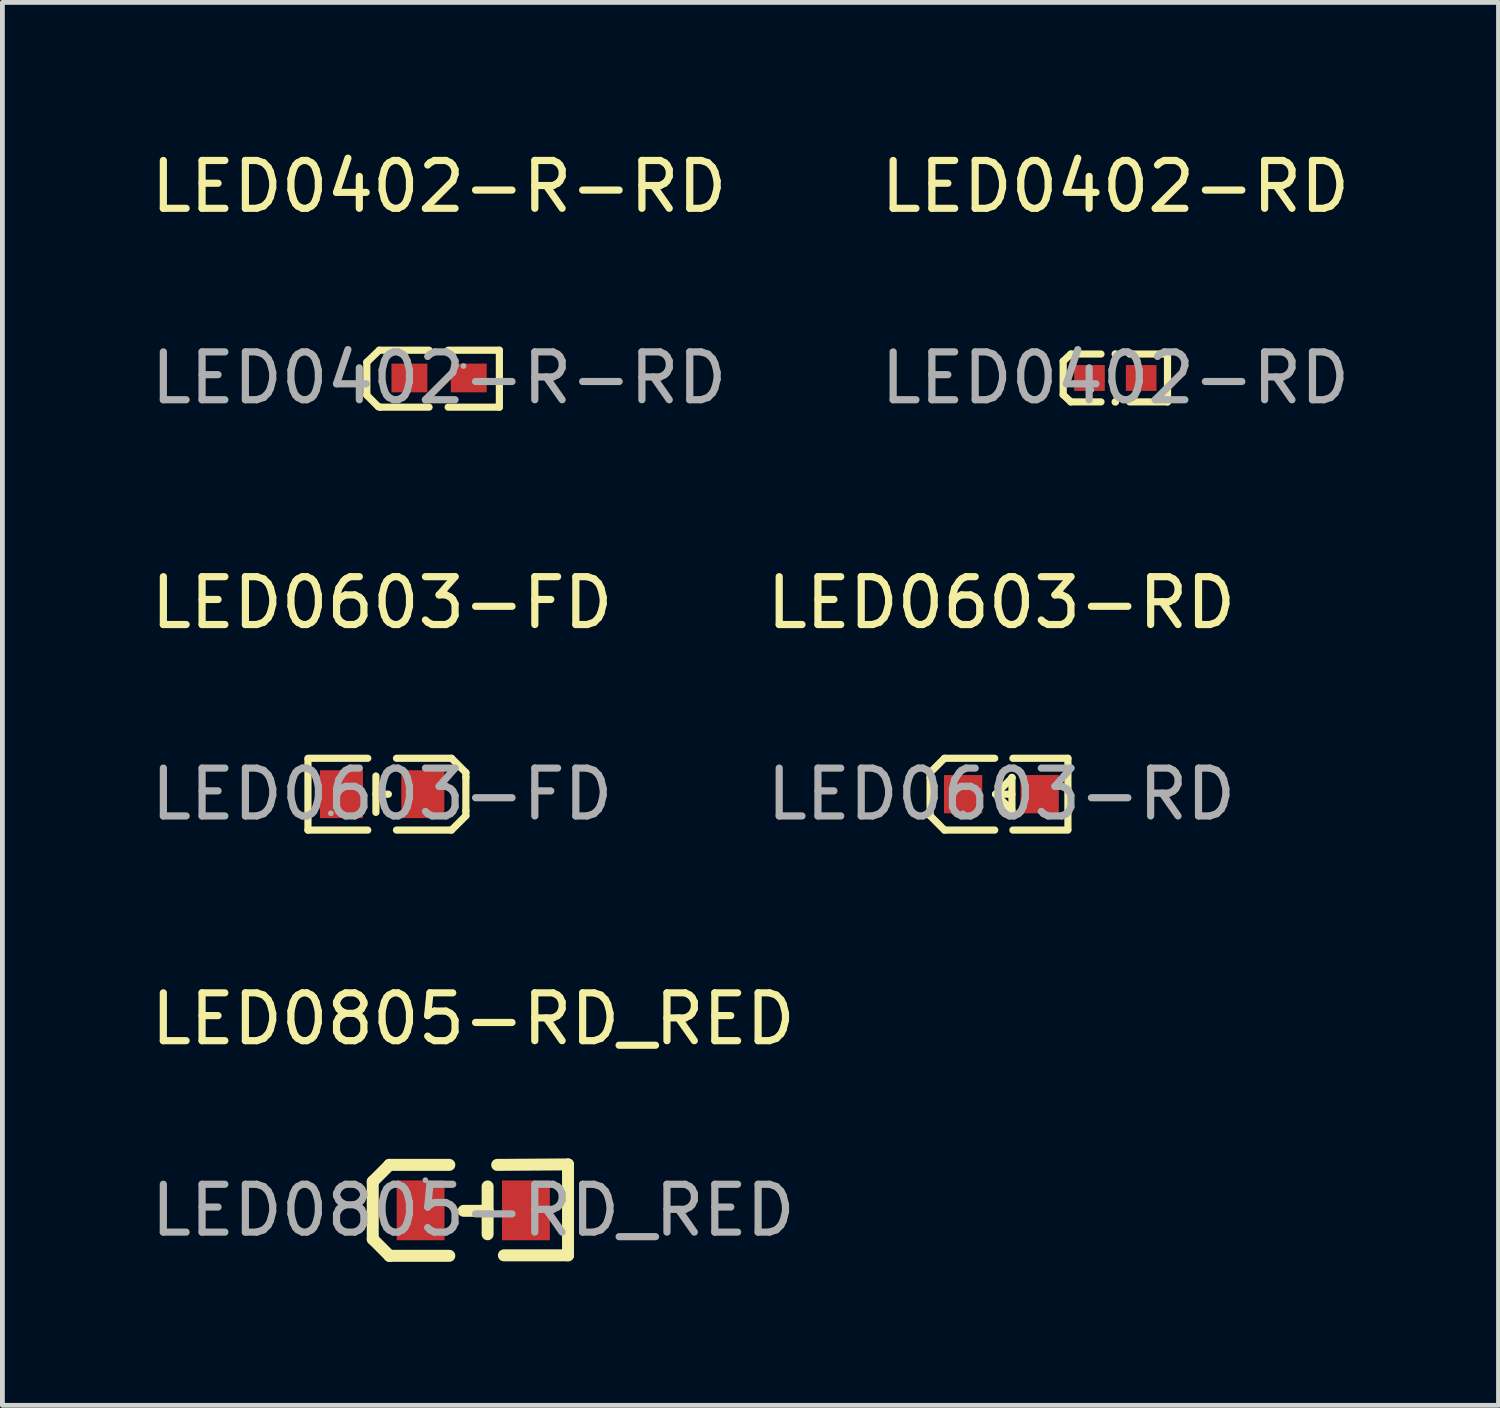
<source format=kicad_pcb>
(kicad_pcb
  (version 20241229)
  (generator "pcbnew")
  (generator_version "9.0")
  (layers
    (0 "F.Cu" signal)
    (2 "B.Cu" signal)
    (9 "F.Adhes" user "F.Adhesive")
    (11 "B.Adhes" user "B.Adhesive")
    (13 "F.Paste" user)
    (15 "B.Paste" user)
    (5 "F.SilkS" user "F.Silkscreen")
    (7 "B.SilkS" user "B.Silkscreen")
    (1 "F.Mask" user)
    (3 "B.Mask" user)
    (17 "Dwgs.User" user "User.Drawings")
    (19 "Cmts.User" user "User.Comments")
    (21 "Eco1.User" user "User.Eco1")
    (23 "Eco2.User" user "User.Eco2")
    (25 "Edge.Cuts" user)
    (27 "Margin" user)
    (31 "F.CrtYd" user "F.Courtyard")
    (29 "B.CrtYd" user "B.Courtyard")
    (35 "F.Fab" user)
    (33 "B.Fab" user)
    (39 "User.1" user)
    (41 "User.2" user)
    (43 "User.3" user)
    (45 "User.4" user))
  (footprint "LED0402-R-RD"
    (layer "F.Cu")
    (at 6.125 4.848)
    (property "Reference" "LED0402-R-RD" (at 0 -4 0) (layer "F.SilkS") (effects (font (size 1 1) (thickness 0.15))))
    (attr through_hole)
    (fp_line (start -1.51 -0.33) (end -1.25 -0.58) (stroke (width 0.15) (type solid)) (layer "F.SilkS"))
    (fp_line (start -1.51 0.36) (end -1.51 -0.33) (stroke (width 0.15) (type solid)) (layer "F.SilkS"))
    (fp_line (start -1.27 0.6) (end -1.51 0.36) (stroke (width 0.15) (type solid)) (layer "F.SilkS"))
    (fp_line (start -1.25 -0.58) (end -0.21 -0.58) (stroke (width 0.15) (type solid)) (layer "F.SilkS"))
    (fp_line (start -1.23 0.61) (end -1.27 0.6) (stroke (width 0.15) (type solid)) (layer "F.SilkS"))
    (fp_line (start -1.23 0.61) (end -0.21 0.61) (stroke (width 0.15) (type solid)) (layer "F.SilkS"))
    (fp_line (start 0.19 0.61) (end 1.26 0.61) (stroke (width 0.15) (type solid)) (layer "F.SilkS"))
    (fp_line (start 1.26 -0.58) (end 0.19 -0.58) (stroke (width 0.15) (type solid)) (layer "F.SilkS"))
    (fp_line (start 1.26 0.61) (end 1.26 -0.58) (stroke (width 0.15) (type solid)) (layer "F.SilkS"))
    (fp_circle (center 0.51 -0.25) (end 0.54 -0.25) (stroke (width 0.06) (type solid)) (fill no) (layer "F.Fab"))
    (fp_text user "${REFERENCE}" (at 0 0 0) (layer "F.Fab") (effects (font (size 1 1) (thickness 0.15))))
    (pad "1" smd rect (at 0.62 0) (size 0.75 0.6) (layers "F.Cu" "F.Mask" "F.Paste"))
    (pad "2" smd rect (at -0.62 0) (size 0.75 0.6) (layers "F.Cu" "F.Mask" "F.Paste")))
  (footprint "LED0603-RD"
    (layer "F.Cu")
    (at 17.875 13.545)
    (property "Reference" "LED0603-RD" (at 0 -4 0) (layer "F.SilkS") (effects (font (size 1 1) (thickness 0.15))))
    (attr through_hole)
    (fp_line (start -1.49 -0.45) (end -1.19 -0.75) (stroke (width 0.15) (type solid)) (layer "F.SilkS"))
    (fp_line (start -1.49 -0.35) (end -1.49 -0.45) (stroke (width 0.15) (type solid)) (layer "F.SilkS"))
    (fp_line (start -1.49 -0.35) (end -1.49 0.35) (stroke (width 0.15) (type solid)) (layer "F.SilkS"))
    (fp_line (start -1.49 0.35) (end -1.49 0.45) (stroke (width 0.15) (type solid)) (layer "F.SilkS"))
    (fp_line (start -1.49 0.45) (end -1.19 0.75) (stroke (width 0.15) (type solid)) (layer "F.SilkS"))
    (fp_line (start -0.14 -0.75) (end -1.19 -0.75) (stroke (width 0.15) (type solid)) (layer "F.SilkS"))
    (fp_line (start -0.14 0.75) (end -1.19 0.75) (stroke (width 0.15) (type solid)) (layer "F.SilkS"))
    (fp_line (start 0.21 0.33) (end -0.12 0) (stroke (width 0.15) (type solid)) (layer "F.SilkS"))
    (fp_line (start 0.22 -0.35) (end 0.22 -0.34) (stroke (width 0.15) (type solid)) (layer "F.SilkS"))
    (fp_line (start 0.22 -0.35) (end 0.22 0.33) (stroke (width 0.15) (type solid)) (layer "F.SilkS"))
    (fp_line (start 0.22 -0.34) (end -0.12 0) (stroke (width 0.15) (type solid)) (layer "F.SilkS"))
    (fp_line (start 0.22 0) (end -0.12 0) (stroke (width 0.15) (type solid)) (layer "F.SilkS"))
    (fp_line (start 0.22 0.33) (end 0.21 0.33) (stroke (width 0.15) (type solid)) (layer "F.SilkS"))
    (fp_line (start 0.24 -0.75) (end 1.39 -0.75) (stroke (width 0.15) (type solid)) (layer "F.SilkS"))
    (fp_line (start 0.24 0.75) (end 1.39 0.75) (stroke (width 0.15) (type solid)) (layer "F.SilkS"))
    (fp_line (start 1.39 -0.75) (end 1.39 0.73) (stroke (width 0.15) (type solid)) (layer "F.SilkS"))
    (fp_circle (center -0.8 0.4) (end -0.77 0.4) (stroke (width 0.06) (type solid)) (fill no) (layer "F.Fab"))
    (fp_text user "${REFERENCE}" (at 0 0 0) (layer "F.Fab") (effects (font (size 1 1) (thickness 0.15))))
    (pad "1" smd rect (at -0.8 0 90) (size 0.8 0.8) (layers "F.Cu" "F.Mask" "F.Paste"))
    (pad "2" smd rect (at 0.8 0 90) (size 0.8 0.8) (layers "F.Cu" "F.Mask" "F.Paste")))
  (footprint "LED0805-RD_RED"
    (layer "F.Cu")
    (at 6.839 22.241)
    (property "Reference" "LED0805-RD_RED" (at 0 -4 0) (layer "F.SilkS") (effects (font (size 1 1) (thickness 0.15))))
    (attr through_hole)
    (fp_line (start -2.1 -0.6) (end -2.1 0.6) (stroke (width 0.25) (type solid)) (layer "F.SilkS"))
    (fp_line (start -1.75 -0.95) (end -2.1 -0.6) (stroke (width 0.25) (type solid)) (layer "F.SilkS"))
    (fp_line (start -1.75 -0.95) (end -1.75 -0.95) (stroke (width 0.25) (type solid)) (layer "F.SilkS"))
    (fp_line (start -1.75 0.95) (end -2.1 0.6) (stroke (width 0.25) (type solid)) (layer "F.SilkS"))
    (fp_line (start -1.75 0.95) (end -1.75 0.95) (stroke (width 0.25) (type solid)) (layer "F.SilkS"))
    (fp_line (start -0.5 -0.95) (end -1.75 -0.95) (stroke (width 0.25) (type solid)) (layer "F.SilkS"))
    (fp_line (start -0.5 0.95) (end -1.75 0.95) (stroke (width 0.25) (type solid)) (layer "F.SilkS"))
    (fp_line (start 0.3 -0.5) (end 0.3 0.5) (stroke (width 0.25) (type solid)) (layer "F.SilkS"))
    (fp_line (start 0.3 0.01) (end -0.2 0.01) (stroke (width 0.25) (type solid)) (layer "F.SilkS"))
    (fp_line (start 0.5 -0.95) (end 1.98 -0.96) (stroke (width 0.25) (type solid)) (layer "F.SilkS"))
    (fp_line (start 0.64 0.94) (end 1.98 0.94) (stroke (width 0.25) (type solid)) (layer "F.SilkS"))
    (fp_line (start 1.98 -0.96) (end 1.98 0.94) (stroke (width 0.25) (type solid)) (layer "F.SilkS"))
    (fp_circle (center -1 -0.63) (end -0.97 -0.63) (stroke (width 0.06) (type solid)) (fill no) (layer "F.Fab"))
    (fp_text user "${REFERENCE}" (at 0 0 0) (layer "F.Fab") (effects (font (size 1 1) (thickness 0.15))))
    (pad "1" smd rect (at -1.1 0 180) (size 1 1.25) (layers "F.Cu" "F.Mask" "F.Paste"))
    (pad "2" smd rect (at 1.1 0 180) (size 1 1.25) (layers "F.Cu" "F.Mask" "F.Paste")))
  (footprint "LED0603-FD"
    (layer "F.Cu")
    (at 4.935 13.545)
    (property "Reference" "LED0603-FD" (at 0 -4 0) (layer "F.SilkS") (effects (font (size 1 1) (thickness 0.15))))
    (attr through_hole)
    (fp_line (start -1.55 0.75) (end -1.55 -0.73) (stroke (width 0.15) (type solid)) (layer "F.SilkS"))
    (fp_line (start -0.3 -0.75) (end -1.55 -0.75) (stroke (width 0.15) (type solid)) (layer "F.SilkS"))
    (fp_line (start -0.3 0.75) (end -1.55 0.75) (stroke (width 0.15) (type solid)) (layer "F.SilkS"))
    (fp_line (start -0.13 -0.38) (end -0.13 0.38) (stroke (width 0.15) (type solid)) (layer "F.SilkS"))
    (fp_line (start -0.13 0) (end 0.13 0) (stroke (width 0.15) (type solid)) (layer "F.SilkS"))
    (fp_line (start 0.3 -0.75) (end 1.45 -0.75) (stroke (width 0.15) (type solid)) (layer "F.SilkS"))
    (fp_line (start 0.3 0.75) (end 1.45 0.75) (stroke (width 0.15) (type solid)) (layer "F.SilkS"))
    (fp_line (start 1.75 -0.45) (end 1.45 -0.75) (stroke (width 0.15) (type solid)) (layer "F.SilkS"))
    (fp_line (start 1.75 -0.35) (end 1.75 -0.45) (stroke (width 0.15) (type solid)) (layer "F.SilkS"))
    (fp_line (start 1.75 0.35) (end 1.75 -0.35) (stroke (width 0.15) (type solid)) (layer "F.SilkS"))
    (fp_line (start 1.75 0.35) (end 1.75 0.45) (stroke (width 0.15) (type solid)) (layer "F.SilkS"))
    (fp_line (start 1.75 0.45) (end 1.45 0.75) (stroke (width 0.15) (type solid)) (layer "F.SilkS"))
    (fp_circle (center -1.07 0.4) (end -1.04 0.4) (stroke (width 0.06) (type solid)) (fill no) (layer "F.Fab"))
    (fp_text user "${REFERENCE}" (at 0 0 0) (layer "F.Fab") (effects (font (size 1 1) (thickness 0.15))))
    (pad "1" smd rect (at -0.85 0 270) (size 1 0.9) (layers "F.Cu" "F.Mask" "F.Paste"))
    (pad "2" smd rect (at 0.85 0 270) (size 1 0.9) (layers "F.Cu" "F.Mask" "F.Paste")))
  (footprint "LED0402-RD"
    (layer "F.Cu")
    (at 20.256 4.848)
    (property "Reference" "LED0402-RD" (at 0 -4 0) (layer "F.SilkS") (effects (font (size 1 1) (thickness 0.15))))
    (attr through_hole)
    (fp_line (start -1.09 -0.35) (end -0.93 -0.5) (stroke (width 0.15) (type solid)) (layer "F.SilkS"))
    (fp_line (start -1.09 0.35) (end -1.09 -0.35) (stroke (width 0.15) (type solid)) (layer "F.SilkS"))
    (fp_line (start -0.93 -0.5) (end -0.3 -0.5) (stroke (width 0.15) (type solid)) (layer "F.SilkS"))
    (fp_line (start -0.93 0.5) (end -1.09 0.35) (stroke (width 0.15) (type solid)) (layer "F.SilkS"))
    (fp_line (start -0.3 0.5) (end -0.93 0.5) (stroke (width 0.15) (type solid)) (layer "F.SilkS"))
    (fp_line (start 0.3 0.5) (end 1.09 0.5) (stroke (width 0.15) (type solid)) (layer "F.SilkS"))
    (fp_line (start 1.09 -0.5) (end 0.3 -0.5) (stroke (width 0.15) (type solid)) (layer "F.SilkS"))
    (fp_line (start 1.09 0.5) (end 1.09 -0.5) (stroke (width 0.15) (type solid)) (layer "F.SilkS"))
    (fp_circle (center 0 -0.5) (end 0.04 -0.5) (stroke (width 0.08) (type solid)) (fill no) (layer "F.SilkS"))
    (fp_circle (center 0 0.5) (end 0.04 0.5) (stroke (width 0.08) (type solid)) (fill no) (layer "F.SilkS"))
    (fp_circle (center -0.5 0.25) (end -0.47 0.25) (stroke (width 0.06) (type solid)) (fill no) (layer "F.Fab"))
    (fp_text user "${REFERENCE}" (at 0 0 0) (layer "F.Fab") (effects (font (size 1 1) (thickness 0.15))))
    (pad "1" smd rect (at -0.54 0) (size 0.64 0.54) (layers "F.Cu" "F.Mask" "F.Paste"))
    (pad "2" smd rect (at 0.54 0) (size 0.64 0.54) (layers "F.Cu" "F.Mask" "F.Paste")))
  (gr_rect
    (start -3 -3)
    (end 28.262 26.316)
    (stroke (width 0.1) (type default))
    (fill no)
    (layer "Edge.Cuts")))
</source>
